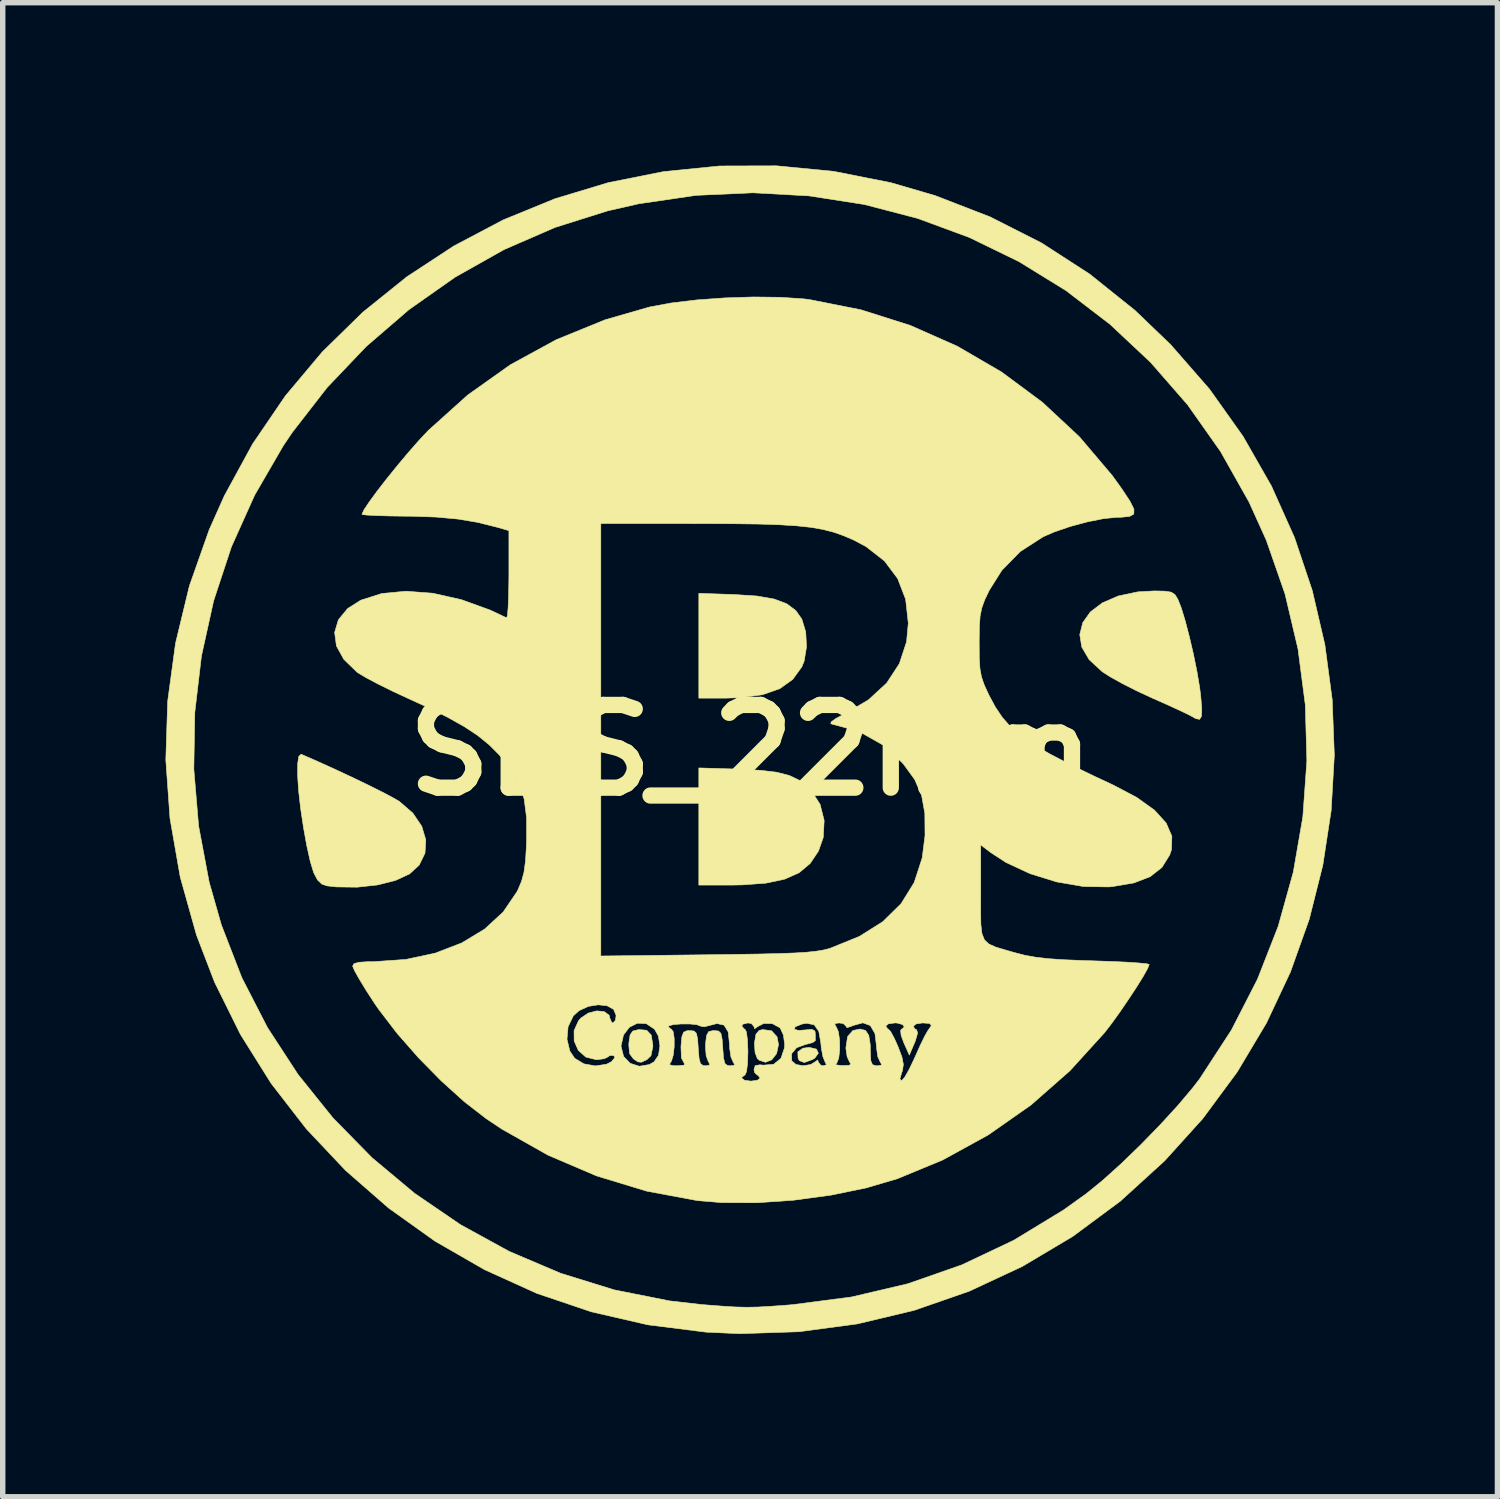
<source format=kicad_pcb>
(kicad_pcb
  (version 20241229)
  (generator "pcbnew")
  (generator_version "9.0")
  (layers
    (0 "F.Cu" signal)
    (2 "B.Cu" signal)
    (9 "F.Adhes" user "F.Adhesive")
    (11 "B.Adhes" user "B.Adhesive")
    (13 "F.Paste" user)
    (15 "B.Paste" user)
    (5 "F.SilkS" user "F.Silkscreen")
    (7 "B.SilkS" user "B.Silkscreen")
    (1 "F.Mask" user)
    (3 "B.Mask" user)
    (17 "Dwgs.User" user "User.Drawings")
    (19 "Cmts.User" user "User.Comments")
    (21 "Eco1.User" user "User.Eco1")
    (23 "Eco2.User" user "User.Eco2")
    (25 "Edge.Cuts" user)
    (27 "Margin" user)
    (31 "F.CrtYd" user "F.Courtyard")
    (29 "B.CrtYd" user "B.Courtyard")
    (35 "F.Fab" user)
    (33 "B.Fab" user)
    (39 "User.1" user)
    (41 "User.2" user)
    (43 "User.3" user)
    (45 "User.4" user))
  (footprint "SBS_22mm"
    (layer "F.Cu")
    (at 10.785 10.772)
    (property "Reference" "SBS_22mm" (at 0 0 0) (layer "F.SilkS") (effects (font (size 1.524 1.524) (thickness 0.3))))
    (attr through_hole)
    (fp_poly (pts (xy 1.206 5.506) (xy 1.242 5.581) (xy 1.177 5.671) (xy 1.133 5.699) (xy 0.983 5.753) (xy 0.893 5.72) (xy 0.868 5.675) (xy 0.864 5.557) (xy 0.958 5.489) (xy 1.076 5.475) (xy 1.206 5.506)) (stroke (width 0.01) (type solid)) (fill yes) (layer "F.SilkS"))
    (fp_poly (pts (xy 0.379 5.168) (xy 0.481 5.279) (xy 0.508 5.422) (xy 0.473 5.588) (xy 0.384 5.703) (xy 0.267 5.749) (xy 0.15 5.71) (xy 0.116 5.677) (xy 0.076 5.57) (xy 0.065 5.411) (xy 0.067 5.38) (xy 0.092 5.233) (xy 0.149 5.164) (xy 0.215 5.146) (xy 0.379 5.168)) (stroke (width 0.01) (type solid)) (fill yes) (layer "F.SilkS"))
    (fp_poly (pts (xy -1.92 5.159) (xy -1.837 5.248) (xy -1.808 5.428) (xy -1.807 5.459) (xy -1.842 5.627) (xy -1.915 5.699) (xy -2.017 5.748) (xy -2.083 5.741) (xy -2.166 5.685) (xy -2.236 5.59) (xy -2.25 5.43) (xy -2.248 5.388) (xy -2.226 5.242) (xy -2.176 5.173) (xy -2.071 5.147) (xy -2.066 5.146) (xy -1.92 5.159)) (stroke (width 0.01) (type solid)) (fill yes) (layer "F.SilkS"))
    (fp_poly (pts (xy -0.296 -2.868) (xy 0.113 -2.841) (xy 0.427 -2.786) (xy 0.659 -2.699) (xy 0.826 -2.574) (xy 0.937 -2.417) (xy 1.009 -2.182) (xy 1.024 -1.907) (xy 0.981 -1.645) (xy 0.938 -1.537) (xy 0.77 -1.305) (xy 0.532 -1.135) (xy 0.216 -1.024) (xy -0.187 -0.969) (xy -0.466 -0.96) (xy -0.96 -0.96) (xy -0.96 -2.891) (xy -0.296 -2.868)) (stroke (width 0.01) (type solid)) (fill yes) (layer "F.SilkS"))
    (fp_poly (pts (xy -0.212 0.349) (xy 0.178 0.37) (xy 0.477 0.406) (xy 0.707 0.465) (xy 0.89 0.553) (xy 1.046 0.677) (xy 1.111 0.742) (xy 1.274 0.997) (xy 1.349 1.295) (xy 1.332 1.608) (xy 1.243 1.86) (xy 1.091 2.086) (xy 0.887 2.257) (xy 0.619 2.376) (xy 0.274 2.449) (xy -0.161 2.481) (xy -0.349 2.484) (xy -0.96 2.484) (xy -0.96 0.326) (xy -0.212 0.349)) (stroke (width 0.01) (type solid)) (fill yes) (layer "F.SilkS"))
    (fp_poly (pts (xy -8.283 0.075) (xy -7.968 0.213) (xy -7.635 0.364) (xy -7.307 0.518) (xy -7.003 0.665) (xy -6.746 0.794) (xy -6.557 0.896) (xy -6.478 0.943) (xy -6.229 1.158) (xy -6.065 1.4) (xy -5.99 1.652) (xy -6.005 1.896) (xy -6.112 2.116) (xy -6.289 2.278) (xy -6.547 2.398) (xy -6.88 2.482) (xy -7.255 2.523) (xy -7.638 2.518) (xy -7.808 2.499) (xy -7.906 2.466) (xy -7.986 2.389) (xy -8.056 2.255) (xy -8.119 2.048) (xy -8.184 1.755) (xy -8.242 1.433) (xy -8.297 1.07) (xy -8.334 0.741) (xy -8.352 0.462) (xy -8.351 0.248) (xy -8.33 0.113) (xy -8.288 0.073) (xy -8.283 0.075)) (stroke (width 0.01) (type solid)) (fill yes) (layer "F.SilkS"))
    (fp_poly (pts (xy 7.628 -2.931) (xy 7.745 -2.912) (xy 7.814 -2.865) (xy 7.866 -2.78) (xy 7.928 -2.623) (xy 8.001 -2.383) (xy 8.078 -2.088) (xy 8.153 -1.766) (xy 8.218 -1.446) (xy 8.267 -1.155) (xy 8.286 -1.002) (xy 8.306 -0.765) (xy 8.301 -0.625) (xy 8.265 -0.569) (xy 8.193 -0.583) (xy 8.128 -0.621) (xy 8.046 -0.664) (xy 7.883 -0.741) (xy 7.663 -0.842) (xy 7.408 -0.955) (xy 7.394 -0.961) (xy 7.114 -1.091) (xy 6.843 -1.228) (xy 6.615 -1.355) (xy 6.473 -1.446) (xy 6.231 -1.669) (xy 6.095 -1.901) (xy 6.058 -2.131) (xy 6.113 -2.35) (xy 6.253 -2.548) (xy 6.474 -2.715) (xy 6.767 -2.842) (xy 7.128 -2.918) (xy 7.431 -2.935) (xy 7.628 -2.931)) (stroke (width 0.01) (type solid)) (fill yes) (layer "F.SilkS"))
    (fp_poly (pts (xy 1.525 -10.665) (xy 2.58 -10.456) (xy 3.392 -10.219) (xy 4.407 -9.826) (xy 5.354 -9.346) (xy 6.24 -8.773) (xy 7.075 -8.104) (xy 7.734 -7.471) (xy 8.449 -6.652) (xy 9.067 -5.782) (xy 9.589 -4.868) (xy 10.014 -3.919) (xy 10.342 -2.941) (xy 10.574 -1.942) (xy 10.709 -0.93) (xy 10.748 0.09) (xy 10.69 1.108) (xy 10.536 2.118) (xy 10.286 3.113) (xy 9.94 4.084) (xy 9.497 5.026) (xy 8.958 5.929) (xy 8.323 6.788) (xy 7.62 7.566) (xy 6.804 8.309) (xy 5.928 8.958) (xy 4.998 9.511) (xy 4.023 9.966) (xy 3.007 10.319) (xy 1.959 10.569) (xy 0.885 10.713) (xy -0.209 10.749) (xy -0.824 10.721) (xy -1.898 10.586) (xy -2.941 10.346) (xy -3.946 10.006) (xy -4.908 9.57) (xy -5.82 9.045) (xy -6.676 8.434) (xy -7.468 7.742) (xy -8.191 6.976) (xy -8.839 6.139) (xy -9.404 5.238) (xy -9.881 4.275) (xy -10.215 3.405) (xy -10.515 2.334) (xy -10.703 1.256) (xy -10.768 0.349) (xy -10.264 0.349) (xy -10.176 1.395) (xy -9.981 2.432) (xy -9.757 3.217) (xy -9.38 4.19) (xy -8.907 5.11) (xy -8.344 5.974) (xy -7.701 6.774) (xy -6.983 7.506) (xy -6.197 8.163) (xy -5.351 8.741) (xy -4.452 9.234) (xy -3.506 9.636) (xy -2.522 9.941) (xy -1.505 10.144) (xy -0.903 10.213) (xy -0.567 10.239) (xy -0.307 10.256) (xy -0.085 10.262) (xy 0.134 10.258) (xy 0.387 10.243) (xy 0.711 10.219) (xy 0.768 10.214) (xy 1.852 10.073) (xy 2.891 9.829) (xy 3.886 9.481) (xy 4.842 9.028) (xy 5.759 8.47) (xy 6.179 8.169) (xy 6.479 7.925) (xy 6.821 7.617) (xy 7.182 7.268) (xy 7.539 6.901) (xy 7.868 6.542) (xy 8.144 6.214) (xy 8.269 6.051) (xy 8.851 5.157) (xy 9.332 4.219) (xy 9.713 3.246) (xy 9.992 2.246) (xy 10.168 1.227) (xy 10.242 0.196) (xy 10.213 -0.837) (xy 10.079 -1.864) (xy 9.84 -2.878) (xy 9.495 -3.869) (xy 9.177 -4.572) (xy 8.651 -5.505) (xy 8.044 -6.365) (xy 7.362 -7.147) (xy 6.613 -7.849) (xy 5.803 -8.469) (xy 4.938 -9.002) (xy 4.026 -9.446) (xy 3.073 -9.798) (xy 2.087 -10.055) (xy 1.072 -10.213) (xy 0.038 -10.27) (xy -1.01 -10.223) (xy -2.066 -10.068) (xy -2.637 -9.938) (xy -3.609 -9.632) (xy -4.55 -9.223) (xy -5.45 -8.716) (xy -6.299 -8.119) (xy -7.088 -7.439) (xy -7.808 -6.683) (xy -8.449 -5.858) (xy -8.616 -5.61) (xy -9.143 -4.701) (xy -9.572 -3.746) (xy -9.899 -2.754) (xy -10.124 -1.735) (xy -10.246 -0.697) (xy -10.264 0.349) (xy -10.768 0.349) (xy -10.78 0.176) (xy -10.746 -0.902) (xy -10.601 -1.971) (xy -10.346 -3.027) (xy -9.98 -4.064) (xy -9.703 -4.685) (xy -9.181 -5.643) (xy -8.577 -6.529) (xy -7.897 -7.339) (xy -7.149 -8.071) (xy -6.34 -8.722) (xy -5.476 -9.289) (xy -4.565 -9.77) (xy -3.612 -10.16) (xy -2.626 -10.458) (xy -1.612 -10.66) (xy -0.578 -10.764) (xy 0.47 -10.767) (xy 1.525 -10.665)) (stroke (width 0.01) (type solid)) (fill yes) (layer "F.SilkS"))
    (fp_poly (pts (xy 0.541 -8.345) (xy 0.972 -8.316) (xy 1.082 -8.302) (xy 2.026 -8.115) (xy 2.935 -7.827) (xy 3.802 -7.443) (xy 4.616 -6.969) (xy 5.369 -6.411) (xy 6.052 -5.774) (xy 6.655 -5.063) (xy 6.835 -4.813) (xy 6.982 -4.59) (xy 7.056 -4.442) (xy 7.054 -4.352) (xy 6.974 -4.307) (xy 6.813 -4.292) (xy 6.74 -4.291) (xy 6.501 -4.268) (xy 6.201 -4.208) (xy 5.881 -4.122) (xy 5.583 -4.02) (xy 5.382 -3.932) (xy 4.962 -3.661) (xy 4.622 -3.314) (xy 4.391 -2.947) (xy 4.306 -2.769) (xy 4.253 -2.622) (xy 4.222 -2.472) (xy 4.209 -2.284) (xy 4.205 -2.024) (xy 4.205 -1.976) (xy 4.207 -1.701) (xy 4.219 -1.504) (xy 4.247 -1.351) (xy 4.297 -1.206) (xy 4.376 -1.034) (xy 4.391 -1.003) (xy 4.505 -0.792) (xy 4.631 -0.605) (xy 4.781 -0.435) (xy 4.968 -0.272) (xy 5.204 -0.108) (xy 5.5 0.065) (xy 5.869 0.258) (xy 6.323 0.477) (xy 6.666 0.637) (xy 7.106 0.868) (xy 7.434 1.103) (xy 7.65 1.341) (xy 7.755 1.584) (xy 7.748 1.831) (xy 7.714 1.931) (xy 7.571 2.16) (xy 7.355 2.329) (xy 7.057 2.444) (xy 6.665 2.511) (xy 6.59 2.518) (xy 6.127 2.511) (xy 5.633 2.426) (xy 5.145 2.275) (xy 4.699 2.068) (xy 4.418 1.885) (xy 4.233 1.744) (xy 4.233 2.62) (xy 4.232 2.961) (xy 4.236 3.208) (xy 4.256 3.379) (xy 4.302 3.494) (xy 4.385 3.571) (xy 4.514 3.628) (xy 4.702 3.684) (xy 4.86 3.729) (xy 5.046 3.777) (xy 5.245 3.813) (xy 5.479 3.84) (xy 5.771 3.86) (xy 6.145 3.875) (xy 6.308 3.88) (xy 6.635 3.891) (xy 6.919 3.904) (xy 7.142 3.919) (xy 7.288 3.933) (xy 7.338 3.946) (xy 7.307 4.024) (xy 7.224 4.172) (xy 7.102 4.368) (xy 6.955 4.591) (xy 6.799 4.82) (xy 6.646 5.033) (xy 6.516 5.202) (xy 5.877 5.905) (xy 5.158 6.537) (xy 4.371 7.088) (xy 3.532 7.549) (xy 2.698 7.894) (xy 2.116 8.065) (xy 1.467 8.198) (xy 0.785 8.29) (xy 0.105 8.337) (xy -0.538 8.334) (xy -0.982 8.298) (xy -1.921 8.123) (xy -2.845 7.842) (xy -3.739 7.46) (xy -4.587 6.981) (xy -4.882 6.784) (xy -5.282 6.474) (xy -5.706 6.091) (xy -6.128 5.662) (xy -6.424 5.324) (xy -3.389 5.324) (xy -3.337 5.542) (xy -3.248 5.675) (xy -3.077 5.778) (xy -2.864 5.816) (xy -2.659 5.784) (xy -2.57 5.738) (xy -2.507 5.663) (xy -2.528 5.624) (xy -2.606 5.625) (xy -2.624 5.644) (xy -2.7 5.683) (xy -2.836 5.701) (xy -2.85 5.701) (xy -3.042 5.653) (xy -3.181 5.529) (xy -3.213 5.456) (xy -2.393 5.456) (xy -2.346 5.641) (xy -2.225 5.768) (xy -2.057 5.822) (xy -1.872 5.791) (xy -1.784 5.74) (xy -1.703 5.62) (xy -1.677 5.446) (xy -1.705 5.266) (xy -1.776 5.139) (xy -1.848 5.091) (xy -1.524 5.091) (xy -1.481 5.135) (xy -1.468 5.136) (xy -1.432 5.186) (xy -1.414 5.308) (xy -1.414 5.464) (xy -1.431 5.616) (xy -1.464 5.726) (xy -1.479 5.746) (xy -1.501 5.792) (xy -1.435 5.811) (xy -1.352 5.813) (xy -1.233 5.802) (xy -1.22 5.773) (xy -1.231 5.765) (xy -1.281 5.669) (xy -1.289 5.47) (xy -1.288 5.441) (xy -1.272 5.276) (xy -1.24 5.194) (xy -1.177 5.167) (xy -1.129 5.165) (xy -1.049 5.173) (xy -1.004 5.217) (xy -0.982 5.323) (xy -0.971 5.489) (xy -0.956 5.674) (xy -0.931 5.772) (xy -0.882 5.809) (xy -0.837 5.814) (xy -0.758 5.8) (xy -0.777 5.746) (xy -0.787 5.733) (xy -0.825 5.629) (xy -0.838 5.467) (xy -0.836 5.409) (xy -0.818 5.255) (xy -0.779 5.184) (xy -0.699 5.165) (xy -0.677 5.165) (xy -0.597 5.173) (xy -0.553 5.217) (xy -0.531 5.323) (xy -0.519 5.489) (xy -0.505 5.673) (xy -0.48 5.771) (xy -0.432 5.809) (xy -0.381 5.814) (xy -0.3 5.801) (xy -0.32 5.754) (xy -0.327 5.746) (xy -0.368 5.652) (xy -0.392 5.493) (xy -0.395 5.414) (xy -0.419 5.19) (xy -0.486 5.08) (xy -0.169 5.08) (xy -0.126 5.135) (xy -0.113 5.136) (xy -0.084 5.189) (xy -0.065 5.331) (xy -0.056 5.54) (xy -0.056 5.56) (xy -0.063 5.773) (xy -0.082 5.922) (xy -0.11 5.983) (xy -0.113 5.983) (xy -0.168 6.026) (xy -0.169 6.04) (xy -0.12 6.079) (xy -0.002 6.096) (xy 0 6.096) (xy 0.119 6.08) (xy 0.169 6.04) (xy 0.169 6.04) (xy 0.126 5.985) (xy 0.113 5.983) (xy 0.066 5.936) (xy 0.056 5.88) (xy 0.079 5.81) (xy 0.166 5.795) (xy 0.228 5.802) (xy 0.42 5.785) (xy 0.553 5.676) (xy 0.582 5.59) (xy 0.749 5.59) (xy 0.751 5.721) (xy 0.829 5.789) (xy 0.963 5.813) (xy 1.102 5.79) (xy 1.174 5.746) (xy 1.23 5.707) (xy 1.242 5.746) (xy 1.288 5.805) (xy 1.333 5.814) (xy 1.392 5.794) (xy 1.365 5.742) (xy 1.326 5.646) (xy 1.296 5.484) (xy 1.288 5.395) (xy 1.25 5.178) (xy 1.166 5.059) (xy 1.058 5.036) (xy 1.543 5.036) (xy 1.56 5.082) (xy 1.569 5.091) (xy 1.611 5.186) (xy 1.633 5.341) (xy 1.635 5.516) (xy 1.618 5.67) (xy 1.581 5.766) (xy 1.566 5.776) (xy 1.567 5.796) (xy 1.658 5.808) (xy 1.691 5.809) (xy 1.814 5.804) (xy 1.84 5.776) (xy 1.818 5.746) (xy 1.772 5.647) (xy 1.75 5.495) (xy 1.75 5.475) (xy 1.781 5.275) (xy 1.877 5.164) (xy 2.009 5.136) (xy 2.111 5.162) (xy 2.171 5.253) (xy 2.198 5.425) (xy 2.201 5.564) (xy 2.208 5.72) (xy 2.239 5.793) (xy 2.308 5.813) (xy 2.326 5.814) (xy 2.408 5.801) (xy 2.391 5.755) (xy 2.382 5.746) (xy 2.338 5.648) (xy 2.315 5.494) (xy 2.314 5.46) (xy 2.285 5.22) (xy 2.204 5.08) (xy 2.484 5.08) (xy 2.519 5.135) (xy 2.53 5.136) (xy 2.574 5.184) (xy 2.642 5.309) (xy 2.708 5.456) (xy 2.782 5.652) (xy 2.808 5.787) (xy 2.792 5.9) (xy 2.778 5.939) (xy 2.745 6.053) (xy 2.765 6.085) (xy 2.782 6.081) (xy 2.834 6.022) (xy 2.912 5.885) (xy 3.003 5.696) (xy 3.028 5.64) (xy 3.12 5.434) (xy 3.202 5.266) (xy 3.26 5.164) (xy 3.269 5.153) (xy 3.324 5.072) (xy 3.289 5.033) (xy 3.161 5.024) (xy 3.041 5.043) (xy 2.989 5.087) (xy 3.023 5.136) (xy 3.051 5.147) (xy 3.071 5.209) (xy 3.03 5.352) (xy 3.014 5.391) (xy 2.918 5.616) (xy 2.817 5.39) (xy 2.766 5.251) (xy 2.758 5.161) (xy 2.769 5.146) (xy 2.826 5.1) (xy 2.793 5.053) (xy 2.688 5.025) (xy 2.653 5.024) (xy 2.534 5.04) (xy 2.484 5.079) (xy 2.484 5.08) (xy 2.204 5.08) (xy 2.199 5.072) (xy 2.062 5.022) (xy 1.879 5.072) (xy 1.859 5.082) (xy 1.769 5.112) (xy 1.75 5.082) (xy 1.702 5.036) (xy 1.626 5.024) (xy 1.543 5.036) (xy 1.058 5.036) (xy 1.028 5.03) (xy 0.94 5.045) (xy 0.817 5.094) (xy 0.798 5.139) (xy 0.874 5.162) (xy 0.988 5.154) (xy 1.123 5.142) (xy 1.179 5.173) (xy 1.185 5.214) (xy 1.187 5.32) (xy 1.188 5.348) (xy 1.14 5.385) (xy 1.022 5.417) (xy 1.01 5.419) (xy 0.841 5.481) (xy 0.749 5.59) (xy 0.582 5.59) (xy 0.617 5.486) (xy 0.621 5.414) (xy 0.598 5.247) (xy 0.541 5.122) (xy 0.532 5.112) (xy 0.394 5.037) (xy 0.235 5.034) (xy 0.124 5.091) (xy 0.068 5.131) (xy 0.056 5.091) (xy 0.009 5.036) (xy -0.056 5.024) (xy -0.148 5.047) (xy -0.169 5.08) (xy -0.486 5.08) (xy -0.495 5.065) (xy -0.624 5.035) (xy -0.738 5.064) (xy -0.86 5.095) (xy -0.929 5.083) (xy -0.93 5.082) (xy -0.996 5.056) (xy -1.127 5.043) (xy -1.284 5.043) (xy -1.426 5.054) (xy -1.513 5.077) (xy -1.524 5.091) (xy -1.848 5.091) (xy -1.928 5.037) (xy -2.091 5.029) (xy -2.239 5.103) (xy -2.348 5.246) (xy -2.393 5.445) (xy -2.393 5.456) (xy -3.213 5.456) (xy -3.257 5.357) (xy -3.259 5.166) (xy -3.177 4.984) (xy -3.135 4.936) (xy -2.996 4.842) (xy -2.841 4.802) (xy -2.703 4.815) (xy -2.613 4.881) (xy -2.596 4.945) (xy -2.564 5.016) (xy -2.54 5.024) (xy -2.497 4.975) (xy -2.484 4.887) (xy -2.53 4.774) (xy -2.65 4.708) (xy -2.814 4.69) (xy -2.995 4.719) (xy -3.164 4.796) (xy -3.273 4.894) (xy -3.369 5.094) (xy -3.389 5.324) (xy -6.424 5.324) (xy -6.519 5.216) (xy -6.854 4.779) (xy -6.931 4.668) (xy -7.084 4.433) (xy -7.21 4.226) (xy -7.299 4.069) (xy -7.337 3.982) (xy -7.338 3.976) (xy -7.312 3.931) (xy -7.22 3.906) (xy -7.044 3.895) (xy -6.948 3.895) (xy -6.358 3.854) (xy -6.062 3.791) (xy -2.766 3.791) (xy -0.804 3.768) (xy -0.265 3.761) (xy 0.174 3.754) (xy 0.526 3.745) (xy 0.803 3.735) (xy 1.018 3.722) (xy 1.184 3.705) (xy 1.314 3.685) (xy 1.419 3.66) (xy 1.468 3.645) (xy 1.997 3.43) (xy 2.429 3.158) (xy 2.766 2.827) (xy 3.008 2.436) (xy 3.155 1.984) (xy 3.207 1.573) (xy 3.204 1.165) (xy 3.144 0.831) (xy 3.017 0.54) (xy 2.816 0.263) (xy 2.783 0.226) (xy 2.432 -0.096) (xy 2.046 -0.315) (xy 1.806 -0.397) (xy 1.636 -0.443) (xy 1.503 -0.479) (xy 1.472 -0.488) (xy 1.477 -0.521) (xy 1.567 -0.586) (xy 1.723 -0.669) (xy 1.74 -0.677) (xy 2.167 -0.93) (xy 2.5 -1.237) (xy 2.734 -1.594) (xy 2.867 -1.998) (xy 2.899 -2.342) (xy 2.85 -2.781) (xy 2.703 -3.163) (xy 2.46 -3.487) (xy 2.12 -3.752) (xy 1.888 -3.875) (xy 1.706 -3.953) (xy 1.524 -4.017) (xy 1.33 -4.067) (xy 1.109 -4.106) (xy 0.848 -4.134) (xy 0.531 -4.154) (xy 0.146 -4.167) (xy -0.322 -4.173) (xy -0.887 -4.176) (xy -0.974 -4.176) (xy -2.766 -4.177) (xy -2.766 3.791) (xy -6.062 3.791) (xy -5.813 3.737) (xy -5.326 3.549) (xy -4.905 3.294) (xy -4.564 2.979) (xy -4.312 2.609) (xy -4.291 2.568) (xy -4.226 2.413) (xy -4.182 2.25) (xy -4.154 2.046) (xy -4.137 1.771) (xy -4.133 1.665) (xy -4.134 1.242) (xy -4.178 0.899) (xy -4.273 0.608) (xy -4.429 0.34) (xy -4.637 0.086) (xy -4.823 -0.1) (xy -5.033 -0.271) (xy -5.284 -0.437) (xy -5.593 -0.61) (xy -5.979 -0.8) (xy -6.322 -0.957) (xy -6.607 -1.09) (xy -6.872 -1.221) (xy -7.091 -1.337) (xy -7.238 -1.425) (xy -7.261 -1.442) (xy -7.501 -1.675) (xy -7.637 -1.922) (xy -7.67 -2.17) (xy -7.601 -2.403) (xy -7.431 -2.61) (xy -7.189 -2.764) (xy -6.8 -2.888) (xy -6.352 -2.93) (xy -5.859 -2.892) (xy -5.337 -2.775) (xy -4.801 -2.581) (xy -4.501 -2.439) (xy -4.486 -2.485) (xy -4.474 -2.623) (xy -4.465 -2.837) (xy -4.46 -3.105) (xy -4.459 -3.232) (xy -4.459 -4.046) (xy -4.671 -4.107) (xy -5.033 -4.198) (xy -5.398 -4.259) (xy -5.8 -4.296) (xy -6.274 -4.312) (xy -6.364 -4.312) (xy -6.651 -4.316) (xy -6.892 -4.323) (xy -7.068 -4.332) (xy -7.159 -4.342) (xy -7.167 -4.346) (xy -7.131 -4.426) (xy -7.033 -4.574) (xy -6.889 -4.771) (xy -6.711 -5) (xy -6.514 -5.244) (xy -6.312 -5.485) (xy -6.118 -5.706) (xy -5.946 -5.889) (xy -5.937 -5.898) (xy -5.217 -6.545) (xy -4.432 -7.102) (xy -3.586 -7.564) (xy -2.688 -7.93) (xy -1.869 -8.166) (xy -1.47 -8.24) (xy -0.994 -8.297) (xy -0.477 -8.334) (xy 0.047 -8.351) (xy 0.541 -8.345)) (stroke (width 0.01) (type solid)) (fill yes) (layer "F.SilkS")))
  (gr_rect
    (start -3 -3)
    (end 24.538 24.526)
    (stroke (width 0.1) (type default))
    (fill no)
    (layer "Edge.Cuts")))
</source>
